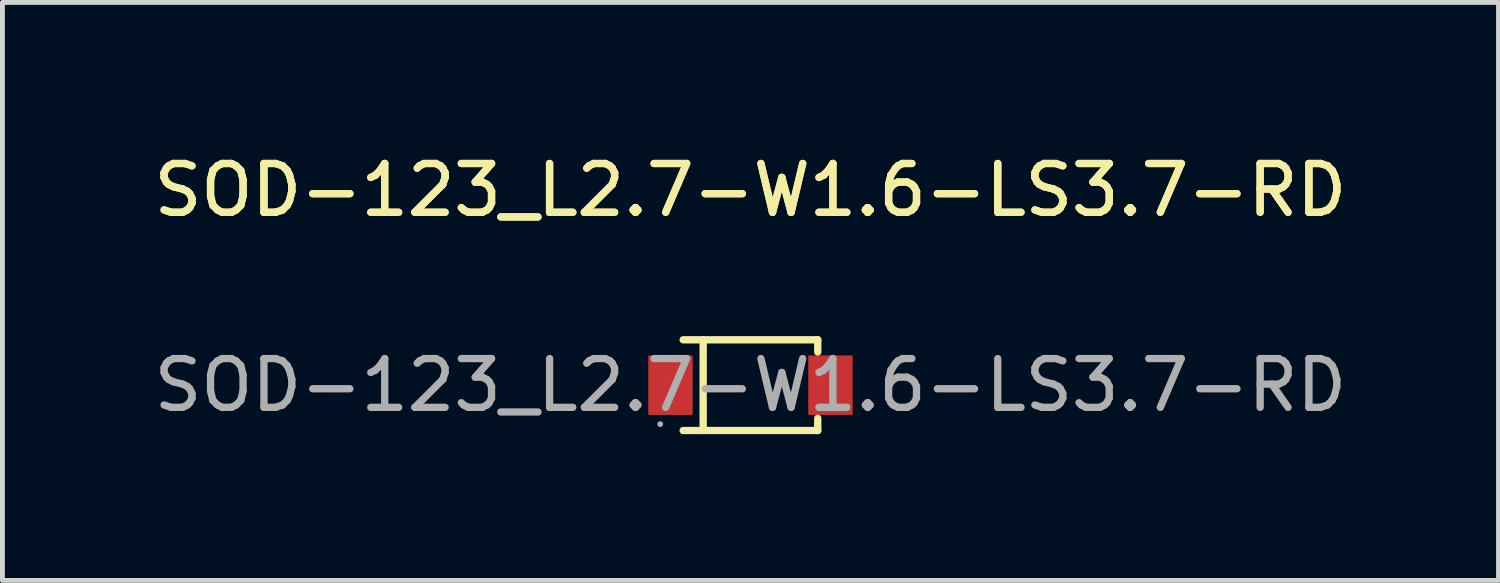
<source format=kicad_pcb>
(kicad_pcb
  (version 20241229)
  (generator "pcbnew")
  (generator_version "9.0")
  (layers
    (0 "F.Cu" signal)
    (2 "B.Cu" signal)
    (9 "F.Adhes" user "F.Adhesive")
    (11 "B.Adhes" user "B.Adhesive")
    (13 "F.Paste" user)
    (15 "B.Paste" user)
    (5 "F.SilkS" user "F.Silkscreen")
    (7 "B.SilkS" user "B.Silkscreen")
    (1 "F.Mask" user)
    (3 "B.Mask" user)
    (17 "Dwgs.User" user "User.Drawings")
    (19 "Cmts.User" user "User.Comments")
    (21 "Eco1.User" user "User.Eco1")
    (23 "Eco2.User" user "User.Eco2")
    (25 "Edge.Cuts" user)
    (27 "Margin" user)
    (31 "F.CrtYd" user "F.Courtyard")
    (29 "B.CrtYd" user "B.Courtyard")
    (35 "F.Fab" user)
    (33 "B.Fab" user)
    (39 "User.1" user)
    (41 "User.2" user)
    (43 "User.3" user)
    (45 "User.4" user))
  (footprint "SOD-123_L2.7-W1.6-LS3.7-RD"
    (layer "F.Cu")
    (at 12.339 4.848)
    (property "Reference" "SOD-123_L2.7-W1.6-LS3.7-RD" (at 0 -4 0) (layer "F.SilkS") (effects (font (size 1 1) (thickness 0.15))))
    (attr smd)
    (fp_line (start -1.38 -0.93) (end 1.38 -0.93) (stroke (width 0.15) (type solid)) (layer "F.SilkS"))
    (fp_line (start -1.38 0.93) (end 1.38 0.93) (stroke (width 0.15) (type solid)) (layer "F.SilkS"))
    (fp_line (start -0.97 -0.93) (end -0.97 0.93) (stroke (width 0.15) (type solid)) (layer "F.SilkS"))
    (fp_line (start 1.38 -0.93) (end 1.38 -0.68) (stroke (width 0.15) (type solid)) (layer "F.SilkS"))
    (fp_line (start 1.38 0.93) (end 1.38 0.68) (stroke (width 0.15) (type solid)) (layer "F.SilkS"))
    (fp_circle (center -1.85 0.8) (end -1.82 0.8) (stroke (width 0.06) (type solid)) (fill no) (layer "F.Fab"))
    (fp_text user "${REFERENCE}" (at 0 -4 0) (layer "F.SilkS") (effects (font (size 1 1) (thickness 0.15))))
    (fp_text user "${REFERENCE}" (at 0 0 0) (layer "F.Fab") (effects (font (size 1 1) (thickness 0.15))))
    (pad "1" smd rect (at -1.64 0) (size 0.91 1.22) (layers "F.Cu" "F.Mask" "F.Paste"))
    (pad "2" smd rect (at 1.64 0) (size 0.91 1.22) (layers "F.Cu" "F.Mask" "F.Paste")))
  (gr_rect
    (start -3 -3)
    (end 27.679 8.853)
    (stroke (width 0.1) (type default))
    (fill no)
    (layer "Edge.Cuts")))
</source>
